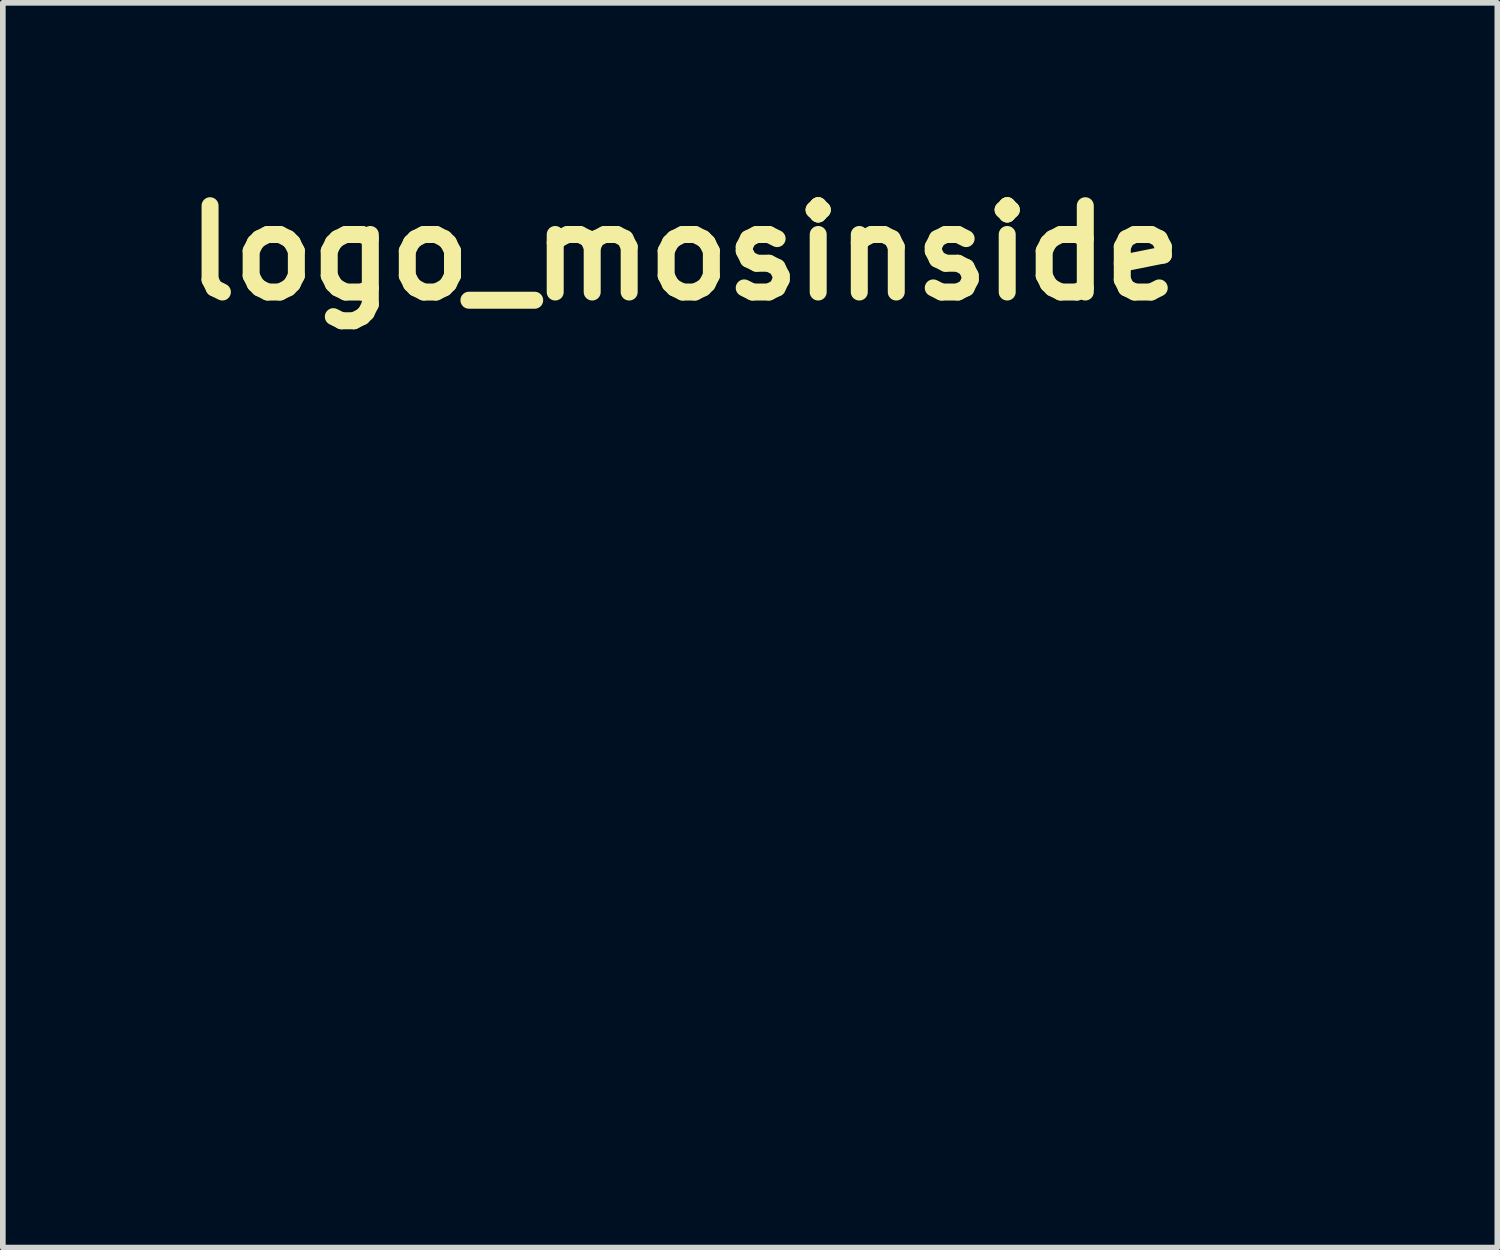
<source format=kicad_pcb>
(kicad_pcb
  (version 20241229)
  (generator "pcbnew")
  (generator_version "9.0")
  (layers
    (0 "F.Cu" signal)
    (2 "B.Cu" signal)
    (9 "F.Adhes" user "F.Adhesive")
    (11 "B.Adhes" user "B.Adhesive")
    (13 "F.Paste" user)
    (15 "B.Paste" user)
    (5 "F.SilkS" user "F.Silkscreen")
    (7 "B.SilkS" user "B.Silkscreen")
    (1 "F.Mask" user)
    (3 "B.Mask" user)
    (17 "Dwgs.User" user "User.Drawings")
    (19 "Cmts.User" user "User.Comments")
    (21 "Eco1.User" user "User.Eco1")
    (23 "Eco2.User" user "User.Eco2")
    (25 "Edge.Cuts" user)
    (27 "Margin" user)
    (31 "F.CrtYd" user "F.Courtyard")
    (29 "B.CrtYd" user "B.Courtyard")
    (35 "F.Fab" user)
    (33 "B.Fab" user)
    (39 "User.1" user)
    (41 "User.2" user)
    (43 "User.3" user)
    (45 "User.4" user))
  (footprint "logo_mosinside"
    (layer "F.Cu")
    (at 12.852 9.038)
    (property "Reference" "logo_mosinside" (at -3.81 -7.62 0) (layer "F.SilkS") (effects (font (size 1.524 1.524) (thickness 0.3))))
    (attr through_hole)
    (fp_poly (pts (xy 0.986 0.492) (xy 1.019 0.508) (xy 1.148 0.592) (xy 1.244 0.687) (xy 1.288 0.774) (xy 1.29 0.787) (xy 1.265 0.857) (xy 1.203 0.95) (xy 1.125 1.043) (xy 1.049 1.111) (xy 1.001 1.133) (xy 0.946 1.11) (xy 0.858 1.051) (xy 0.81 1.013) (xy 0.706 0.909) (xy 0.672 0.813) (xy 0.707 0.71) (xy 0.794 0.6) (xy 0.876 0.517) (xy 0.932 0.484) (xy 0.986 0.492)) (stroke (width 0.01) (type solid)) (fill no) (layer "Eco2.User"))
    (fp_poly (pts (xy -3.047 1.759) (xy -2.984 1.79) (xy -2.871 1.858) (xy -2.779 1.929) (xy -2.763 1.945) (xy -2.726 1.993) (xy -2.721 2.037) (xy -2.754 2.099) (xy -2.824 2.193) (xy -2.907 2.29) (xy -2.98 2.357) (xy -3.013 2.375) (xy -3.074 2.358) (xy -3.169 2.302) (xy -3.253 2.24) (xy -3.434 2.094) (xy -3.368 1.982) (xy -3.293 1.876) (xy -3.218 1.792) (xy -3.163 1.745) (xy -3.116 1.734) (xy -3.047 1.759)) (stroke (width 0.01) (type solid)) (fill no) (layer "Eco2.User"))
    (fp_poly (pts (xy -3.177 2.561) (xy -3.065 2.566) (xy -2.976 2.586) (xy -2.906 2.627) (xy -2.855 2.696) (xy -2.82 2.803) (xy -2.799 2.953) (xy -2.79 3.156) (xy -2.791 3.417) (xy -2.8 3.745) (xy -2.807 3.934) (xy -2.821 4.249) (xy -2.836 4.49) (xy -2.852 4.664) (xy -2.87 4.773) (xy -2.889 4.823) (xy -2.974 4.871) (xy -3.094 4.881) (xy -3.216 4.853) (xy -3.281 4.816) (xy -3.306 4.793) (xy -3.325 4.765) (xy -3.34 4.722) (xy -3.351 4.655) (xy -3.359 4.555) (xy -3.364 4.412) (xy -3.368 4.219) (xy -3.371 3.965) (xy -3.373 3.653) (xy -3.38 2.56) (xy -3.177 2.561)) (stroke (width 0.01) (type solid)) (fill no) (layer "Eco2.User"))
    (fp_poly (pts (xy 1.005 1.301) (xy 1.125 1.343) (xy 1.197 1.423) (xy 1.234 1.55) (xy 1.235 1.556) (xy 1.241 1.64) (xy 1.243 1.784) (xy 1.243 1.975) (xy 1.241 2.2) (xy 1.237 2.444) (xy 1.231 2.695) (xy 1.223 2.938) (xy 1.215 3.161) (xy 1.206 3.35) (xy 1.196 3.491) (xy 1.187 3.571) (xy 1.184 3.581) (xy 1.136 3.613) (xy 1.04 3.631) (xy 0.927 3.632) (xy 0.826 3.616) (xy 0.787 3.599) (xy 0.756 3.548) (xy 0.73 3.433) (xy 0.707 3.251) (xy 0.687 3.001) (xy 0.67 2.68) (xy 0.657 2.284) (xy 0.651 2.081) (xy 0.633 1.29) (xy 0.822 1.29) (xy 1.005 1.301)) (stroke (width 0.01) (type solid)) (fill no) (layer "Eco2.User"))
    (fp_poly (pts (xy -3.725 -1.917) (xy -3.618 -1.895) (xy -3.422 -1.808) (xy -3.26 -1.668) (xy -3.151 -1.492) (xy -3.133 -1.44) (xy -3.092 -1.297) (xy -3.039 -1.11) (xy -2.977 -0.89) (xy -2.909 -0.648) (xy -2.839 -0.395) (xy -2.77 -0.144) (xy -2.704 0.095) (xy -2.645 0.31) (xy -2.597 0.489) (xy -2.561 0.622) (xy -2.542 0.696) (xy -2.54 0.708) (xy -2.574 0.733) (xy -2.665 0.771) (xy -2.79 0.816) (xy -2.932 0.862) (xy -3.069 0.902) (xy -3.183 0.929) (xy -3.246 0.938) (xy -3.322 0.902) (xy -3.361 0.84) (xy -3.397 0.734) (xy -3.445 0.572) (xy -3.504 0.365) (xy -3.57 0.124) (xy -3.641 -0.142) (xy -3.713 -0.42) (xy -3.785 -0.701) (xy -3.854 -0.974) (xy -3.916 -1.229) (xy -3.97 -1.454) (xy -4.012 -1.639) (xy -4.04 -1.774) (xy -4.05 -1.848) (xy -4.05 -1.857) (xy -3.992 -1.906) (xy -3.878 -1.927) (xy -3.725 -1.917)) (stroke (width 0.01) (type solid)) (fill no) (layer "Eco2.User"))
    (fp_poly (pts (xy -4.711 -1.646) (xy -4.58 -1.619) (xy -4.511 -1.592) (xy -4.396 -1.524) (xy -4.303 -1.447) (xy -4.227 -1.349) (xy -4.159 -1.217) (xy -4.093 -1.038) (xy -4.021 -0.802) (xy -3.986 -0.672) (xy -3.877 -0.274) (xy -3.789 0.056) (xy -3.719 0.323) (xy -3.665 0.535) (xy -3.627 0.698) (xy -3.603 0.818) (xy -3.591 0.903) (xy -3.589 0.958) (xy -3.597 0.991) (xy -3.605 1.002) (xy -3.665 1.034) (xy -3.777 1.078) (xy -3.917 1.125) (xy -4.062 1.168) (xy -4.188 1.199) (xy -4.271 1.211) (xy -4.272 1.211) (xy -4.318 1.18) (xy -4.367 1.082) (xy -4.412 0.948) (xy -4.472 0.738) (xy -4.546 0.472) (xy -4.629 0.169) (xy -4.716 -0.152) (xy -4.801 -0.472) (xy -4.88 -0.771) (xy -4.947 -1.031) (xy -4.962 -1.09) (xy -5.017 -1.321) (xy -5.047 -1.483) (xy -5.054 -1.58) (xy -5.043 -1.615) (xy -4.97 -1.645) (xy -4.85 -1.655) (xy -4.711 -1.646)) (stroke (width 0.01) (type solid)) (fill no) (layer "Eco2.User"))
    (fp_poly (pts (xy -5.307 -1.536) (xy -5.299 -1.53) (xy -5.278 -1.475) (xy -5.241 -1.355) (xy -5.191 -1.18) (xy -5.13 -0.962) (xy -5.062 -0.712) (xy -4.988 -0.44) (xy -4.913 -0.157) (xy -4.839 0.127) (xy -4.768 0.399) (xy -4.705 0.651) (xy -4.65 0.87) (xy -4.608 1.046) (xy -4.581 1.168) (xy -4.572 1.225) (xy -4.604 1.269) (xy -4.703 1.32) (xy -4.874 1.381) (xy -4.887 1.386) (xy -5.092 1.445) (xy -5.242 1.479) (xy -5.331 1.484) (xy -5.354 1.468) (xy -5.363 1.427) (xy -5.391 1.32) (xy -5.434 1.155) (xy -5.491 0.94) (xy -5.558 0.684) (xy -5.634 0.397) (xy -5.705 0.13) (xy -5.788 -0.181) (xy -5.863 -0.472) (xy -5.93 -0.732) (xy -5.984 -0.952) (xy -6.025 -1.123) (xy -6.05 -1.235) (xy -6.057 -1.277) (xy -6.038 -1.342) (xy -5.97 -1.385) (xy -5.91 -1.403) (xy -5.681 -1.462) (xy -5.516 -1.503) (xy -5.406 -1.527) (xy -5.34 -1.537) (xy -5.307 -1.536)) (stroke (width 0.01) (type solid)) (fill no) (layer "Eco2.User"))
    (fp_poly (pts (xy 2.777 -3.691) (xy 2.809 -3.641) (xy 2.849 -3.538) (xy 2.893 -3.404) (xy 2.932 -3.261) (xy 2.96 -3.134) (xy 2.97 -3.046) (xy 2.971 -3.009) (xy 2.969 -2.981) (xy 2.954 -2.956) (xy 2.917 -2.932) (xy 2.849 -2.904) (xy 2.74 -2.868) (xy 2.581 -2.821) (xy 2.364 -2.757) (xy 2.169 -2.701) (xy 1.954 -2.639) (xy 1.713 -2.572) (xy 1.456 -2.502) (xy 1.196 -2.431) (xy 0.945 -2.365) (xy 0.713 -2.304) (xy 0.514 -2.254) (xy 0.358 -2.215) (xy 0.258 -2.193) (xy 0.227 -2.188) (xy 0.188 -2.199) (xy 0.166 -2.242) (xy 0.158 -2.334) (xy 0.156 -2.433) (xy 0.184 -2.684) (xy 0.265 -2.882) (xy 0.391 -3.016) (xy 0.46 -3.051) (xy 0.59 -3.1) (xy 0.769 -3.16) (xy 0.986 -3.229) (xy 1.23 -3.302) (xy 1.489 -3.378) (xy 1.752 -3.452) (xy 2.007 -3.522) (xy 2.244 -3.584) (xy 2.451 -3.635) (xy 2.616 -3.672) (xy 2.729 -3.691) (xy 2.777 -3.691)) (stroke (width 0.01) (type solid)) (fill no) (layer "Eco2.User"))
    (fp_poly (pts (xy -1.029 -2.648) (xy -0.738 -2.547) (xy -0.469 -2.382) (xy -0.231 -2.159) (xy -0.033 -1.883) (xy 0.024 -1.777) (xy 0.086 -1.649) (xy 0.126 -1.55) (xy 0.148 -1.457) (xy 0.156 -1.348) (xy 0.154 -1.198) (xy 0.15 -1.068) (xy 0.14 -0.859) (xy 0.123 -0.707) (xy 0.096 -0.588) (xy 0.055 -0.481) (xy 0.04 -0.449) (xy -0.091 -0.242) (xy -0.274 -0.039) (xy -0.483 0.138) (xy -0.692 0.263) (xy -0.913 0.336) (xy -1.166 0.376) (xy -1.418 0.38) (xy -1.64 0.345) (xy -1.669 0.336) (xy -1.964 0.202) (xy -2.236 0.004) (xy -2.467 -0.243) (xy -2.642 -0.522) (xy -2.65 -0.539) (xy -2.699 -0.651) (xy -2.73 -0.753) (xy -2.747 -0.869) (xy -2.754 -1.022) (xy -2.755 -1.172) (xy -2.752 -1.368) (xy -2.742 -1.51) (xy -2.722 -1.621) (xy -2.686 -1.724) (xy -2.651 -1.804) (xy -2.471 -2.101) (xy -2.237 -2.343) (xy -1.954 -2.525) (xy -1.637 -2.642) (xy -1.331 -2.682) (xy -1.029 -2.648)) (stroke (width 0.01) (type solid)) (fill no) (layer "Eco2.User"))
    (fp_poly (pts (xy 3.048 -2.662) (xy 3.094 -2.571) (xy 3.142 -2.445) (xy 3.187 -2.303) (xy 3.22 -2.165) (xy 3.233 -2.085) (xy 3.241 -1.97) (xy 3.241 -1.893) (xy 3.236 -1.876) (xy 3.195 -1.866) (xy 3.087 -1.838) (xy 2.922 -1.794) (xy 2.707 -1.737) (xy 2.452 -1.669) (xy 2.165 -1.592) (xy 1.911 -1.524) (xy 1.602 -1.441) (xy 1.315 -1.366) (xy 1.06 -1.299) (xy 0.844 -1.244) (xy 0.679 -1.203) (xy 0.572 -1.179) (xy 0.535 -1.172) (xy 0.469 -1.209) (xy 0.406 -1.313) (xy 0.404 -1.317) (xy 0.364 -1.435) (xy 0.327 -1.576) (xy 0.297 -1.719) (xy 0.28 -1.842) (xy 0.279 -1.922) (xy 0.285 -1.939) (xy 0.329 -1.957) (xy 0.438 -1.992) (xy 0.602 -2.041) (xy 0.81 -2.102) (xy 1.051 -2.171) (xy 1.315 -2.245) (xy 1.592 -2.323) (xy 1.872 -2.4) (xy 2.143 -2.474) (xy 2.395 -2.542) (xy 2.618 -2.601) (xy 2.801 -2.648) (xy 2.934 -2.681) (xy 3.006 -2.696) (xy 3.013 -2.696) (xy 3.048 -2.662)) (stroke (width 0.01) (type solid)) (fill no) (layer "Eco2.User"))
    (fp_poly (pts (xy 3.301 -1.625) (xy 3.33 -1.611) (xy 3.342 -1.602) (xy 3.39 -1.515) (xy 3.397 -1.385) (xy 3.366 -1.232) (xy 3.303 -1.077) (xy 3.212 -0.939) (xy 3.192 -0.917) (xy 3.141 -0.871) (xy 3.075 -0.827) (xy 2.986 -0.781) (xy 2.866 -0.732) (xy 2.708 -0.677) (xy 2.505 -0.612) (xy 2.248 -0.536) (xy 1.931 -0.446) (xy 1.546 -0.339) (xy 1.526 -0.334) (xy 1.269 -0.263) (xy 1.077 -0.213) (xy 0.939 -0.181) (xy 0.844 -0.165) (xy 0.783 -0.164) (xy 0.744 -0.177) (xy 0.718 -0.201) (xy 0.714 -0.205) (xy 0.68 -0.276) (xy 0.639 -0.397) (xy 0.599 -0.542) (xy 0.566 -0.685) (xy 0.549 -0.798) (xy 0.547 -0.826) (xy 0.548 -0.855) (xy 0.554 -0.881) (xy 0.572 -0.905) (xy 0.611 -0.929) (xy 0.676 -0.958) (xy 0.775 -0.992) (xy 0.915 -1.035) (xy 1.103 -1.088) (xy 1.347 -1.155) (xy 1.652 -1.237) (xy 1.973 -1.324) (xy 2.32 -1.417) (xy 2.599 -1.491) (xy 2.819 -1.547) (xy 2.987 -1.588) (xy 3.111 -1.615) (xy 3.199 -1.629) (xy 3.26 -1.631) (xy 3.301 -1.625)) (stroke (width 0.01) (type solid)) (fill no) (layer "Eco2.User"))
    (fp_poly (pts (xy 0.291 1.264) (xy 0.331 1.327) (xy 0.377 1.441) (xy 0.381 1.546) (xy 0.34 1.66) (xy 0.248 1.802) (xy 0.192 1.876) (xy 0.088 2.01) (xy -0.006 2.133) (xy -0.074 2.223) (xy -0.082 2.234) (xy -0.157 2.338) (xy 0.135 2.656) (xy 0.308 2.856) (xy 0.421 3.024) (xy 0.476 3.175) (xy 0.475 3.326) (xy 0.42 3.491) (xy 0.312 3.686) (xy 0.268 3.756) (xy 0.101 4) (xy -0.041 4.175) (xy -0.165 4.285) (xy -0.275 4.332) (xy -0.377 4.321) (xy -0.476 4.255) (xy -0.49 4.242) (xy -0.556 4.152) (xy -0.586 4.067) (xy -0.586 4.062) (xy -0.566 3.997) (xy -0.512 3.883) (xy -0.432 3.738) (xy -0.352 3.605) (xy -0.257 3.448) (xy -0.181 3.31) (xy -0.132 3.207) (xy -0.117 3.159) (xy -0.142 3.1) (xy -0.208 3) (xy -0.304 2.875) (xy -0.37 2.797) (xy -0.554 2.577) (xy -0.682 2.403) (xy -0.757 2.272) (xy -0.781 2.177) (xy -0.781 2.177) (xy -0.754 2.067) (xy -0.681 1.923) (xy -0.573 1.759) (xy -0.445 1.593) (xy -0.306 1.441) (xy -0.171 1.319) (xy -0.093 1.265) (xy 0.066 1.195) (xy 0.193 1.195) (xy 0.291 1.264)) (stroke (width 0.01) (type solid)) (fill no) (layer "Eco2.User"))
    (fp_poly (pts (xy 4.199 0.159) (xy 4.243 0.175) (xy 4.392 0.249) (xy 4.482 0.343) (xy 4.523 0.474) (xy 4.525 0.658) (xy 4.523 0.681) (xy 4.469 0.961) (xy 4.357 1.2) (xy 4.194 1.39) (xy 3.985 1.522) (xy 3.863 1.565) (xy 3.712 1.605) (xy 3.712 1.816) (xy 3.728 1.972) (xy 3.771 2.087) (xy 3.834 2.145) (xy 3.858 2.149) (xy 3.895 2.124) (xy 3.973 2.057) (xy 4.077 1.962) (xy 4.106 1.934) (xy 4.254 1.805) (xy 4.368 1.738) (xy 4.456 1.731) (xy 4.528 1.78) (xy 4.557 1.819) (xy 4.596 1.895) (xy 4.6 1.972) (xy 4.573 2.082) (xy 4.482 2.266) (xy 4.338 2.421) (xy 4.157 2.537) (xy 3.958 2.607) (xy 3.757 2.618) (xy 3.634 2.591) (xy 3.522 2.52) (xy 3.403 2.396) (xy 3.296 2.241) (xy 3.258 2.169) (xy 3.208 2.045) (xy 3.18 1.919) (xy 3.168 1.761) (xy 3.166 1.641) (xy 3.193 1.253) (xy 3.215 1.154) (xy 3.751 1.154) (xy 3.767 1.255) (xy 3.813 1.285) (xy 3.891 1.243) (xy 3.954 1.182) (xy 4.077 1.022) (xy 4.138 0.858) (xy 4.147 0.663) (xy 4.146 0.655) (xy 4.125 0.605) (xy 4.076 0.611) (xy 4.009 0.662) (xy 3.935 0.747) (xy 3.863 0.852) (xy 3.802 0.966) (xy 3.762 1.077) (xy 3.751 1.154) (xy 3.215 1.154) (xy 3.27 0.906) (xy 3.395 0.608) (xy 3.566 0.366) (xy 3.639 0.293) (xy 3.816 0.173) (xy 3.999 0.129) (xy 4.199 0.159)) (stroke (width 0.01) (type solid)) (fill no) (layer "Eco2.User"))
    (fp_poly (pts (xy -1.917 2.015) (xy -1.863 2.064) (xy -1.841 2.157) (xy -1.837 2.296) (xy -1.831 2.382) (xy -1.818 2.422) (xy -1.816 2.423) (xy -1.781 2.397) (xy -1.709 2.329) (xy -1.628 2.247) (xy -1.522 2.145) (xy -1.438 2.091) (xy -1.351 2.072) (xy -1.313 2.071) (xy -1.16 2.108) (xy -1.028 2.21) (xy -0.931 2.364) (xy -0.903 2.446) (xy -0.863 2.643) (xy -0.83 2.894) (xy -0.805 3.177) (xy -0.789 3.473) (xy -0.784 3.761) (xy -0.79 4.02) (xy -0.808 4.231) (xy -0.818 4.293) (xy -0.869 4.443) (xy -0.949 4.522) (xy -1.057 4.528) (xy -1.143 4.491) (xy -1.186 4.46) (xy -1.222 4.415) (xy -1.252 4.348) (xy -1.28 4.246) (xy -1.308 4.101) (xy -1.34 3.901) (xy -1.376 3.637) (xy -1.388 3.552) (xy -1.421 3.316) (xy -1.453 3.106) (xy -1.482 2.935) (xy -1.507 2.816) (xy -1.524 2.76) (xy -1.525 2.758) (xy -1.58 2.75) (xy -1.652 2.81) (xy -1.736 2.933) (xy -1.822 3.099) (xy -1.867 3.203) (xy -1.898 3.295) (xy -1.917 3.392) (xy -1.928 3.515) (xy -1.932 3.681) (xy -1.933 3.862) (xy -1.935 4.075) (xy -1.939 4.224) (xy -1.949 4.322) (xy -1.965 4.383) (xy -1.989 4.421) (xy -2.01 4.438) (xy -2.123 4.484) (xy -2.252 4.488) (xy -2.339 4.459) (xy -2.371 4.407) (xy -2.399 4.291) (xy -2.422 4.111) (xy -2.441 3.862) (xy -2.455 3.543) (xy -2.465 3.149) (xy -2.469 2.911) (xy -2.481 2.012) (xy -2.184 2.001) (xy -2.019 1.999) (xy -1.917 2.015)) (stroke (width 0.01) (type solid)) (fill no) (layer "Eco2.User"))
    (fp_poly (pts (xy 2.701 -0.369) (xy 2.798 -0.327) (xy 2.926 -0.235) (xy 2.975 -0.146) (xy 2.98 -0.084) (xy 2.982 0.047) (xy 2.983 0.235) (xy 2.981 0.469) (xy 2.977 0.741) (xy 2.972 1.038) (xy 2.965 1.352) (xy 2.957 1.671) (xy 2.948 1.985) (xy 2.939 2.283) (xy 2.929 2.556) (xy 2.919 2.793) (xy 2.909 2.984) (xy 2.9 3.107) (xy 2.872 3.419) (xy 2.712 3.431) (xy 2.589 3.426) (xy 2.515 3.395) (xy 2.512 3.392) (xy 2.486 3.327) (xy 2.459 3.213) (xy 2.443 3.107) (xy 2.414 2.872) (xy 2.311 3.009) (xy 2.178 3.175) (xy 2.069 3.282) (xy 1.974 3.341) (xy 1.878 3.36) (xy 1.866 3.361) (xy 1.735 3.332) (xy 1.635 3.253) (xy 1.553 3.149) (xy 1.494 3.037) (xy 1.456 2.899) (xy 1.435 2.722) (xy 1.429 2.534) (xy 1.959 2.534) (xy 1.969 2.656) (xy 1.994 2.725) (xy 2.013 2.735) (xy 2.058 2.716) (xy 2.128 2.674) (xy 2.226 2.575) (xy 2.295 2.421) (xy 2.336 2.207) (xy 2.352 1.925) (xy 2.353 1.884) (xy 2.351 1.713) (xy 2.344 1.573) (xy 2.334 1.48) (xy 2.326 1.454) (xy 2.284 1.459) (xy 2.224 1.519) (xy 2.157 1.618) (xy 2.094 1.74) (xy 2.05 1.856) (xy 2.009 2.022) (xy 1.98 2.201) (xy 1.963 2.377) (xy 1.959 2.534) (xy 1.429 2.534) (xy 1.427 2.488) (xy 1.427 2.384) (xy 1.443 2.013) (xy 1.495 1.705) (xy 1.587 1.451) (xy 1.724 1.241) (xy 1.91 1.067) (xy 2.151 0.919) (xy 2.195 0.897) (xy 2.369 0.812) (xy 2.352 0.253) (xy 2.335 -0.307) (xy 2.492 -0.354) (xy 2.608 -0.38) (xy 2.701 -0.369)) (stroke (width 0.01) (type solid)) (fill no) (layer "Eco2.User"))
    (fp_poly (pts (xy 2.92 -6.954) (xy 3.398 -6.933) (xy 3.863 -6.897) (xy 4.302 -6.846) (xy 4.702 -6.782) (xy 5.05 -6.705) (xy 5.295 -6.631) (xy 5.451 -6.575) (xy 5.443 -6.345) (xy 5.435 -6.238) (xy 5.419 -6.084) (xy 5.397 -5.898) (xy 5.371 -5.695) (xy 5.343 -5.491) (xy 5.315 -5.301) (xy 5.29 -5.14) (xy 5.269 -5.024) (xy 5.254 -4.968) (xy 5.253 -4.966) (xy 5.214 -4.976) (xy 5.119 -5.016) (xy 4.982 -5.079) (xy 4.817 -5.16) (xy 4.797 -5.17) (xy 4.267 -5.405) (xy 3.7 -5.604) (xy 3.158 -5.748) (xy 2.969 -5.78) (xy 2.718 -5.807) (xy 2.422 -5.829) (xy 2.098 -5.845) (xy 1.761 -5.856) (xy 1.429 -5.86) (xy 1.118 -5.857) (xy 0.844 -5.846) (xy 0.624 -5.828) (xy 0.606 -5.826) (xy -0.085 -5.704) (xy -0.797 -5.522) (xy -1.51 -5.285) (xy -2.207 -5) (xy -2.869 -4.673) (xy -3.262 -4.447) (xy -3.746 -4.128) (xy -4.23 -3.766) (xy -4.699 -3.372) (xy -5.139 -2.961) (xy -5.534 -2.544) (xy -5.872 -2.136) (xy -5.913 -2.082) (xy -6.246 -1.594) (xy -6.533 -1.1) (xy -6.768 -0.612) (xy -6.943 -0.143) (xy -7.006 0.078) (xy -7.038 0.213) (xy -7.06 0.344) (xy -7.075 0.488) (xy -7.084 0.66) (xy -7.088 0.878) (xy -7.088 1.133) (xy -7.087 1.395) (xy -7.083 1.595) (xy -7.075 1.75) (xy -7.061 1.876) (xy -7.04 1.989) (xy -7.01 2.107) (xy -6.98 2.208) (xy -6.775 2.755) (xy -6.499 3.271) (xy -6.156 3.751) (xy -5.747 4.193) (xy -5.275 4.593) (xy -5.021 4.773) (xy -4.387 5.151) (xy -3.712 5.464) (xy -3.002 5.712) (xy -2.261 5.893) (xy -1.495 6.006) (xy -0.707 6.052) (xy 0.097 6.028) (xy 0.913 5.935) (xy 1.329 5.861) (xy 2.064 5.681) (xy 2.765 5.442) (xy 3.428 5.148) (xy 4.048 4.802) (xy 4.622 4.407) (xy 5.146 3.968) (xy 5.615 3.486) (xy 6.025 2.965) (xy 6.374 2.409) (xy 6.656 1.821) (xy 6.825 1.348) (xy 6.866 1.206) (xy 6.896 1.082) (xy 6.915 0.958) (xy 6.927 0.815) (xy 6.932 0.633) (xy 6.934 0.394) (xy 6.934 0.371) (xy 6.934 0.119) (xy 6.928 -0.074) (xy 6.917 -0.226) (xy 6.898 -0.355) (xy 6.869 -0.481) (xy 6.847 -0.562) (xy 6.675 -1.057) (xy 6.458 -1.505) (xy 6.186 -1.92) (xy 5.849 -2.32) (xy 5.691 -2.483) (xy 5.205 -2.909) (xy 4.684 -3.266) (xy 4.127 -3.554) (xy 3.537 -3.772) (xy 3.524 -3.776) (xy 3.35 -3.833) (xy 3.216 -3.889) (xy 3.137 -3.935) (xy 3.125 -3.949) (xy 3.106 -4.018) (xy 3.089 -4.138) (xy 3.074 -4.292) (xy 3.064 -4.462) (xy 3.057 -4.631) (xy 3.056 -4.782) (xy 3.061 -4.896) (xy 3.072 -4.957) (xy 3.079 -4.963) (xy 3.135 -4.955) (xy 3.246 -4.935) (xy 3.388 -4.907) (xy 3.406 -4.903) (xy 3.997 -4.741) (xy 4.563 -4.513) (xy 5.096 -4.223) (xy 5.591 -3.877) (xy 6.044 -3.481) (xy 6.447 -3.04) (xy 6.795 -2.559) (xy 7.082 -2.043) (xy 7.303 -1.499) (xy 7.386 -1.22) (xy 7.454 -0.921) (xy 7.501 -0.62) (xy 7.528 -0.297) (xy 7.537 0.068) (xy 7.532 0.428) (xy 7.523 0.694) (xy 7.512 0.903) (xy 7.496 1.074) (xy 7.472 1.229) (xy 7.439 1.386) (xy 7.393 1.565) (xy 7.173 2.254) (xy 6.889 2.899) (xy 6.541 3.499) (xy 6.129 4.056) (xy 5.65 4.571) (xy 5.106 5.045) (xy 4.552 5.441) (xy 4.056 5.734) (xy 3.5 6.01) (xy 2.901 6.261) (xy 2.276 6.482) (xy 1.643 6.667) (xy 1.018 6.808) (xy 0.723 6.859) (xy 0.466 6.89) (xy 0.155 6.914) (xy -0.192 6.93) (xy -0.555 6.939) (xy -0.914 6.941) (xy -1.251 6.934) (xy -1.547 6.918) (xy -1.758 6.897) (xy -2.519 6.767) (xy -3.221 6.589) (xy -3.868 6.361) (xy -4.279 6.177) (xy -4.78 5.904) (xy -5.233 5.594) (xy -5.662 5.232) (xy -5.841 5.06) (xy -6.202 4.67) (xy -6.508 4.274) (xy -6.778 3.844) (xy -6.896 3.626) (xy -7.134 3.117) (xy -7.311 2.613) (xy -7.434 2.095) (xy -7.507 1.543) (xy -7.529 1.192) (xy -7.521 0.475) (xy -7.44 -0.216) (xy -7.285 -0.88) (xy -7.057 -1.518) (xy -6.756 -2.129) (xy -6.382 -2.713) (xy -5.935 -3.268) (xy -5.415 -3.796) (xy -5.041 -4.121) (xy -4.238 -4.733) (xy -3.409 -5.273) (xy -2.556 -5.739) (xy -1.679 -6.132) (xy -0.782 -6.45) (xy 0.136 -6.693) (xy 1.073 -6.861) (xy 1.544 -6.916) (xy 1.979 -6.947) (xy 2.442 -6.959) (xy 2.92 -6.954)) (stroke (width 0.01) (type solid)) (fill no) (layer "Eco2.User")))
  (gr_rect
    (start -3 -3)
    (end 23.395 18.984)
    (stroke (width 0.1) (type default))
    (fill no)
    (layer "Edge.Cuts")))
</source>
